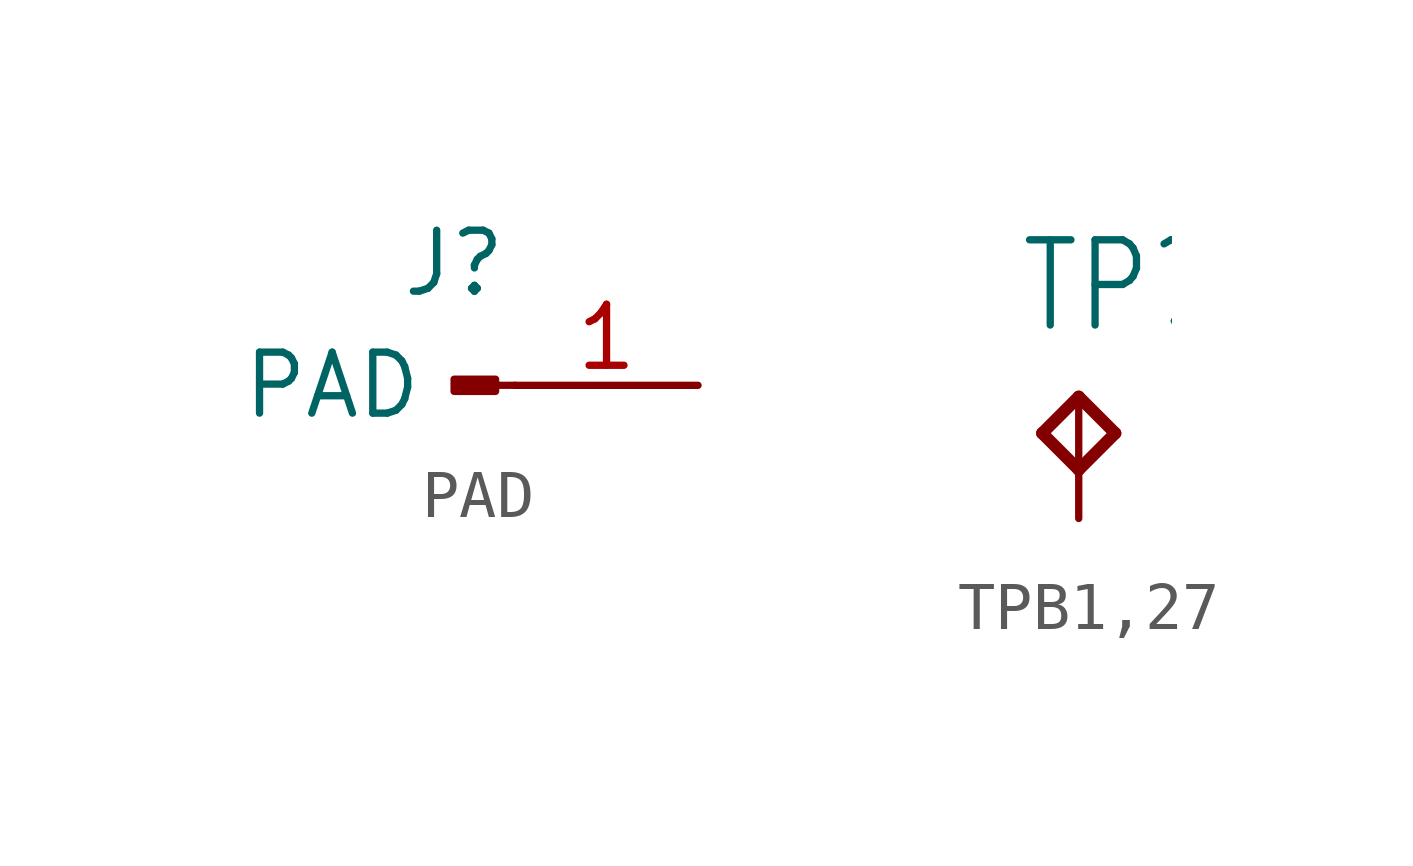
<source format=kicad_sym>
(kicad_symbol_lib
  (version 20211014)
  (generator kicad_symbol_editor)
  (symbol "PAD"
    (pin_names
      (offset 1.016) hide)
    (property "Reference" "J"
      (at 0 2.54 0)
      (effects (font (size 1.27 1.27))))
    (property "Value" "PAD"
      (at -2.54 0 0)
      (effects (font (size 1.27 1.27))))
    (symbol "PAD_1_1"
      (polyline (pts (xy 1.27 0) (xy 0.864 0)) (stroke (width 0.152) (type default) (color 0 0 0 0)) (fill (type none)))
      (rectangle (start 0.864 0.127) (end 0 -0.127) (stroke (width 0.152) (type default) (color 0 0 0 0)) (fill (type outline)))
      (pin passive line (at 5.08 0 180) (length 3.81) (name "Pin_1" (effects (font (size 1.27 1.27)))) (number "1" (effects (font (size 1.27 1.27)))))))
  (symbol "TPB1,27"
    (property "Reference" "TP"
      (at -1.27 1.27 0)
      (effects (font (size 1.778 1.511)) (justify left bottom)))
    (property "ki_locked" ""
      (at 0 0 0)
      (effects (font (size 1.27 1.27))))
    (symbol "TPB1,27_1_0"
      (polyline (pts (xy -0.762 -0.762) (xy 0 0)) (stroke (width 0.254) (type default) (color 0 0 0 0)) (fill (type none)))
      (polyline (pts (xy 0 -1.524) (xy -0.762 -0.762)) (stroke (width 0.254) (type default) (color 0 0 0 0)) (fill (type none)))
      (polyline (pts (xy 0 0) (xy 0.762 -0.762)) (stroke (width 0.254) (type default) (color 0 0 0 0)) (fill (type none)))
      (polyline (pts (xy 0.762 -0.762) (xy 0 -1.524)) (stroke (width 0.254) (type default) (color 0 0 0 0)) (fill (type none)))
      (pin input line (at 0 -2.54 90) (length 2.54) (name "TP" (effects (font (size 0 0)))) (number "TP" (effects (font (size 0 0))))))))
</source>
